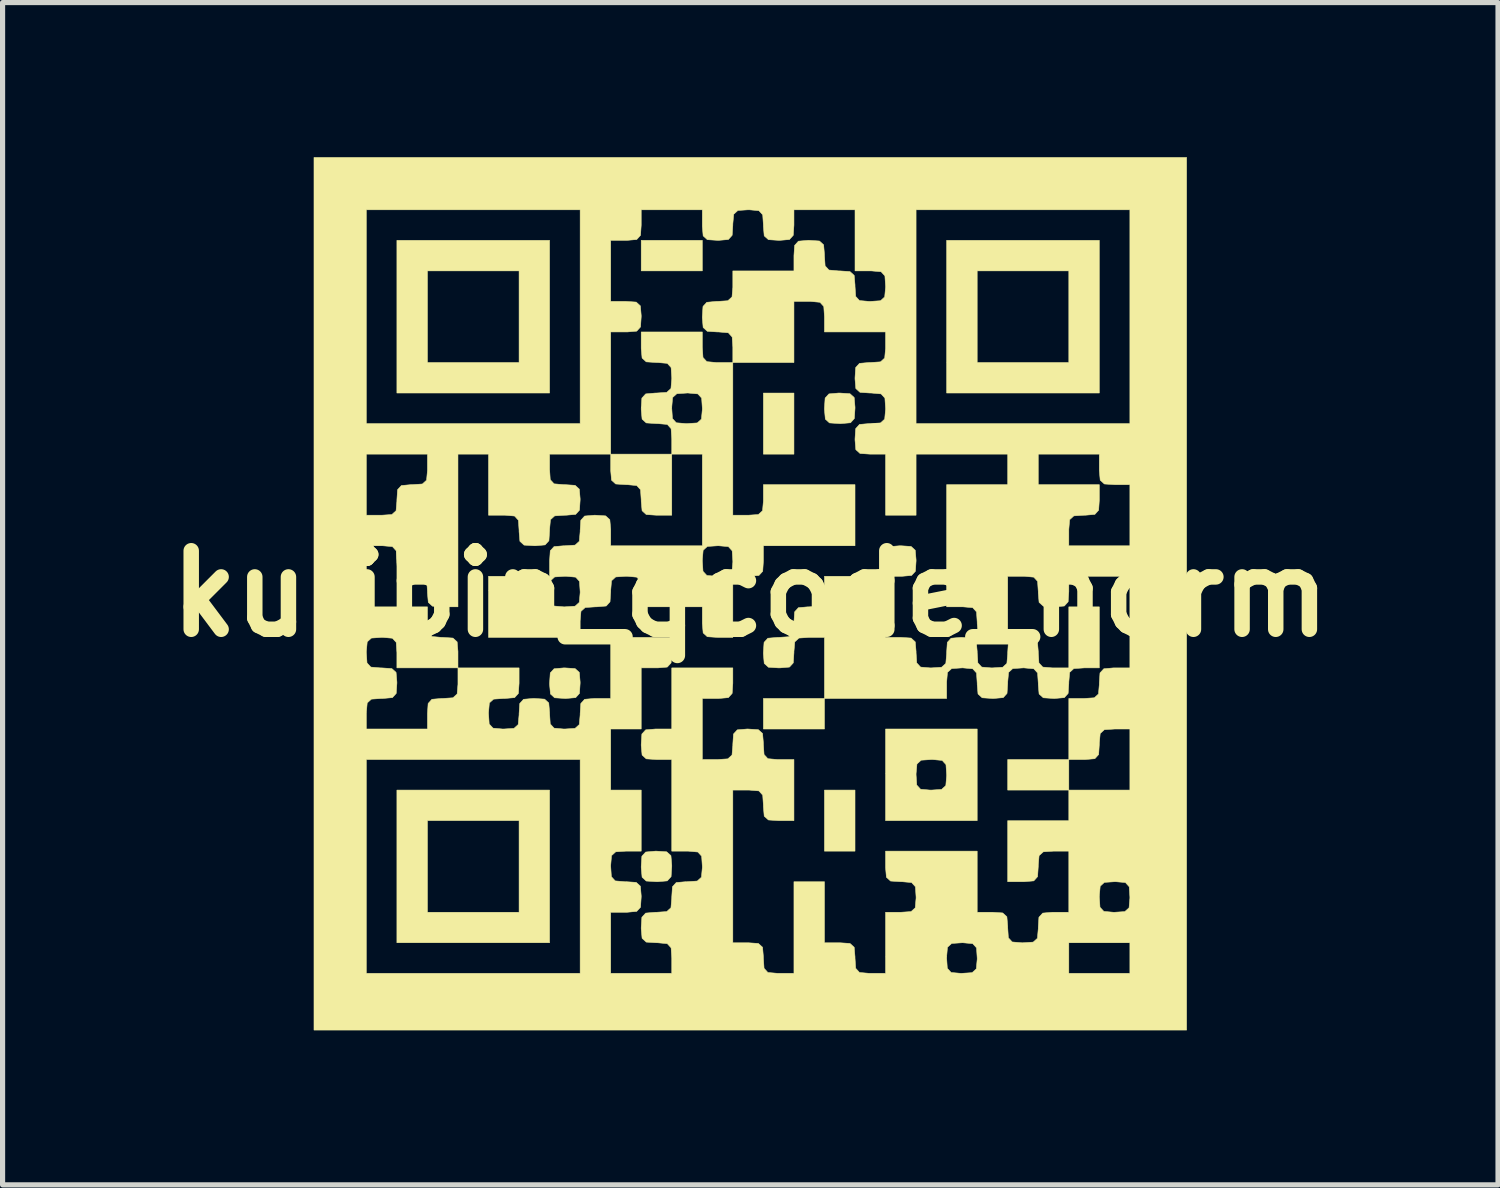
<source format=kicad_pcb>
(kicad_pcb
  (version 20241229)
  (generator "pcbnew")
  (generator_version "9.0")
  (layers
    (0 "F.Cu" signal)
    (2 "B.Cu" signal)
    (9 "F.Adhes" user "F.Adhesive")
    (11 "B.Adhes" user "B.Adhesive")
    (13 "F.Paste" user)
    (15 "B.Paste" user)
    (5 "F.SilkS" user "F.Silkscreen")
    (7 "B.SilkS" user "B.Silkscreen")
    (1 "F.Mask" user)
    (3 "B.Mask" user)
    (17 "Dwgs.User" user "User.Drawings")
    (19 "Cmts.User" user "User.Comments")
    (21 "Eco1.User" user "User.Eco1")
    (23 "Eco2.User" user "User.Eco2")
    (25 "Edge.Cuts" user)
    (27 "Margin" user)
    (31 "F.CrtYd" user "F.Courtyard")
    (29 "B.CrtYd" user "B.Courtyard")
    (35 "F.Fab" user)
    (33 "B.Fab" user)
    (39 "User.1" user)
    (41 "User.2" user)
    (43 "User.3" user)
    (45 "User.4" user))
  (footprint "kulibin_qcode_norm"
    (layer "F.Cu")
    (at 11.51 8.472)
    (property "Reference" "kulibin_qcode_norm" (at 0 0 0) (layer "F.SilkS") (effects (font (size 1.524 1.524) (thickness 0.3))))
    (attr through_hole)
    (fp_poly (pts (xy -0.931 -6.265) (xy -2.117 -6.265) (xy -2.117 -6.858) (xy -0.931 -6.858) (xy -0.931 -6.265)) (stroke (width 0.01) (type solid)) (fill yes) (layer "F.SilkS"))
    (fp_poly (pts (xy 0.847 -2.709) (xy 0.254 -2.709) (xy 0.254 -3.895) (xy 0.847 -3.895) (xy 0.847 -2.709)) (stroke (width 0.01) (type solid)) (fill yes) (layer "F.SilkS"))
    (fp_poly (pts (xy 1.439 2.625) (xy 0.254 2.625) (xy 0.254 2.032) (xy 1.439 2.032) (xy 1.439 2.625)) (stroke (width 0.01) (type solid)) (fill yes) (layer "F.SilkS"))
    (fp_poly (pts (xy 2.032 4.995) (xy 1.439 4.995) (xy 1.439 3.81) (xy 2.032 3.81) (xy 2.032 4.995)) (stroke (width 0.01) (type solid)) (fill yes) (layer "F.SilkS"))
    (fp_poly (pts (xy 6.181 3.81) (xy 4.995 3.81) (xy 4.995 3.217) (xy 6.181 3.217) (xy 6.181 3.81)) (stroke (width 0.01) (type solid)) (fill yes) (layer "F.SilkS"))
    (fp_poly (pts (xy -3.895 -3.895) (xy -6.858 -3.895) (xy -6.858 -6.265) (xy -6.265 -6.265) (xy -6.265 -4.487) (xy -4.487 -4.487) (xy -4.487 -6.265) (xy -6.265 -6.265) (xy -6.858 -6.265) (xy -6.858 -6.858) (xy -3.895 -6.858) (xy -3.895 -3.895)) (stroke (width 0.01) (type solid)) (fill yes) (layer "F.SilkS"))
    (fp_poly (pts (xy -3.895 6.773) (xy -6.858 6.773) (xy -6.858 4.403) (xy -6.265 4.403) (xy -6.265 6.181) (xy -4.487 6.181) (xy -4.487 4.403) (xy -6.265 4.403) (xy -6.858 4.403) (xy -6.858 3.81) (xy -3.895 3.81) (xy -3.895 6.773)) (stroke (width 0.01) (type solid)) (fill yes) (layer "F.SilkS"))
    (fp_poly (pts (xy 6.773 -3.895) (xy 3.81 -3.895) (xy 3.81 -6.265) (xy 4.403 -6.265) (xy 4.403 -4.487) (xy 6.181 -4.487) (xy 6.181 -6.265) (xy 4.403 -6.265) (xy 3.81 -6.265) (xy 3.81 -6.858) (xy 6.773 -6.858) (xy 6.773 -3.895)) (stroke (width 0.01) (type solid)) (fill yes) (layer "F.SilkS"))
    (fp_poly (pts (xy 3.12 -0.918) (xy 3.201 -0.844) (xy 3.217 -0.658) (xy 3.217 -0.635) (xy 3.204 -0.436) (xy 3.13 -0.355) (xy 2.944 -0.339) (xy 2.921 -0.339) (xy 2.625 -0.339) (xy 2.625 -0.635) (xy 2.638 -0.834) (xy 2.712 -0.915) (xy 2.898 -0.931) (xy 2.921 -0.931) (xy 3.12 -0.918)) (stroke (width 0.01) (type solid)) (fill yes) (layer "F.SilkS"))
    (fp_poly (pts (xy -3.4 1.452) (xy -3.318 1.526) (xy -3.302 1.713) (xy -3.302 1.736) (xy -3.315 1.934) (xy -3.389 2.016) (xy -3.576 2.032) (xy -3.598 2.032) (xy -3.797 2.019) (xy -3.878 1.945) (xy -3.895 1.758) (xy -3.895 1.736) (xy -3.882 1.537) (xy -3.808 1.456) (xy -3.621 1.439) (xy -3.598 1.439) (xy -3.4 1.452)) (stroke (width 0.01) (type solid)) (fill yes) (layer "F.SilkS"))
    (fp_poly (pts (xy -1.622 5.008) (xy -1.54 5.082) (xy -1.524 5.269) (xy -1.524 5.292) (xy -1.537 5.49) (xy -1.611 5.572) (xy -1.798 5.588) (xy -1.82 5.588) (xy -2.019 5.575) (xy -2.1 5.501) (xy -2.117 5.314) (xy -2.117 5.292) (xy -2.104 5.093) (xy -2.03 5.012) (xy -1.843 4.995) (xy -1.82 4.995) (xy -1.622 5.008)) (stroke (width 0.01) (type solid)) (fill yes) (layer "F.SilkS"))
    (fp_poly (pts (xy -1.524 -1.524) (xy -1.82 -1.524) (xy -2.019 -1.537) (xy -2.1 -1.611) (xy -2.117 -1.798) (xy -2.117 -1.82) (xy -2.13 -2.019) (xy -2.204 -2.1) (xy -2.39 -2.117) (xy -2.413 -2.117) (xy -2.612 -2.13) (xy -2.693 -2.204) (xy -2.709 -2.39) (xy -2.709 -2.413) (xy -2.709 -2.709) (xy -1.524 -2.709) (xy -1.524 -1.524)) (stroke (width 0.01) (type solid)) (fill yes) (layer "F.SilkS"))
    (fp_poly (pts (xy 1.934 -3.882) (xy 2.016 -3.808) (xy 2.032 -3.621) (xy 2.032 -3.598) (xy 2.019 -3.4) (xy 1.945 -3.318) (xy 1.758 -3.302) (xy 1.736 -3.302) (xy 1.537 -3.315) (xy 1.456 -3.389) (xy 1.439 -3.576) (xy 1.439 -3.598) (xy 1.452 -3.797) (xy 1.526 -3.878) (xy 1.713 -3.895) (xy 1.736 -3.895) (xy 1.934 -3.882)) (stroke (width 0.01) (type solid)) (fill yes) (layer "F.SilkS"))
    (fp_poly (pts (xy 4.403 4.403) (xy 2.625 4.403) (xy 2.625 3.514) (xy 3.217 3.514) (xy 3.23 3.712) (xy 3.304 3.794) (xy 3.491 3.81) (xy 3.514 3.81) (xy 3.712 3.797) (xy 3.794 3.723) (xy 3.81 3.536) (xy 3.81 3.514) (xy 3.797 3.315) (xy 3.723 3.234) (xy 3.536 3.217) (xy 3.514 3.217) (xy 3.315 3.23) (xy 3.234 3.304) (xy 3.217 3.491) (xy 3.217 3.514) (xy 2.625 3.514) (xy 2.625 2.625) (xy 4.403 2.625) (xy 4.403 4.403)) (stroke (width 0.01) (type solid)) (fill yes) (layer "F.SilkS"))
    (fp_poly (pts (xy 2.625 0.847) (xy 2.921 0.847) (xy 3.12 0.86) (xy 3.201 0.934) (xy 3.217 1.12) (xy 3.217 1.143) (xy 3.23 1.342) (xy 3.304 1.423) (xy 3.491 1.439) (xy 3.514 1.439) (xy 3.712 1.426) (xy 3.794 1.352) (xy 3.81 1.166) (xy 3.81 1.143) (xy 3.823 0.944) (xy 3.897 0.863) (xy 4.084 0.847) (xy 4.106 0.847) (xy 4.305 0.86) (xy 4.386 0.934) (xy 4.403 1.12) (xy 4.403 1.143) (xy 4.416 1.342) (xy 4.49 1.423) (xy 4.676 1.439) (xy 4.699 1.439) (xy 4.898 1.426) (xy 4.979 1.352) (xy 4.995 1.166) (xy 4.995 1.143) (xy 5.008 0.944) (xy 5.082 0.863) (xy 5.269 0.847) (xy 5.292 0.847) (xy 5.49 0.86) (xy 5.572 0.934) (xy 5.588 1.12) (xy 5.588 1.143) (xy 5.601 1.342) (xy 5.675 1.423) (xy 5.862 1.439) (xy 5.884 1.439) (xy 6.181 1.439) (xy 6.181 0.254) (xy 6.773 0.254) (xy 6.773 1.439) (xy 6.477 1.439) (xy 6.278 1.452) (xy 6.197 1.526) (xy 6.181 1.713) (xy 6.181 1.736) (xy 6.168 1.934) (xy 6.094 2.016) (xy 5.907 2.032) (xy 5.884 2.032) (xy 5.686 2.019) (xy 5.604 1.945) (xy 5.588 1.758) (xy 5.588 1.736) (xy 5.575 1.537) (xy 5.501 1.456) (xy 5.314 1.439) (xy 5.292 1.439) (xy 5.093 1.452) (xy 5.012 1.526) (xy 4.995 1.713) (xy 4.995 1.736) (xy 4.982 1.934) (xy 4.908 2.016) (xy 4.722 2.032) (xy 4.699 2.032) (xy 4.5 2.019) (xy 4.419 1.945) (xy 4.403 1.758) (xy 4.403 1.736) (xy 4.39 1.537) (xy 4.316 1.456) (xy 4.129 1.439) (xy 4.106 1.439) (xy 3.908 1.452) (xy 3.826 1.526) (xy 3.81 1.713) (xy 3.81 1.736) (xy 3.81 2.032) (xy 1.439 2.032) (xy 1.439 0.847) (xy 1.143 0.847) (xy 0.944 0.86) (xy 0.863 0.934) (xy 0.847 1.12) (xy 0.847 1.143) (xy 0.834 1.342) (xy 0.76 1.423) (xy 0.573 1.439) (xy 0.55 1.439) (xy 0.352 1.426) (xy 0.27 1.352) (xy 0.254 1.166) (xy 0.254 1.143) (xy 0.267 0.944) (xy 0.341 0.863) (xy 0.528 0.847) (xy 0.55 0.847) (xy 0.749 0.834) (xy 0.83 0.76) (xy 0.847 0.573) (xy 0.847 0.55) (xy 0.86 0.352) (xy 0.934 0.27) (xy 1.12 0.254) (xy 1.143 0.254) (xy 1.342 0.241) (xy 1.423 0.167) (xy 1.439 -0.02) (xy 1.439 -0.042) (xy 1.439 -0.339) (xy 2.625 -0.339) (xy 2.625 0.847)) (stroke (width 0.01) (type solid)) (fill yes) (layer "F.SilkS"))
    (fp_poly (pts (xy -1.524 -3.006) (xy -1.537 -3.204) (xy -1.611 -3.286) (xy -1.798 -3.302) (xy -1.82 -3.302) (xy -2.019 -3.315) (xy -2.1 -3.389) (xy -2.117 -3.576) (xy -2.117 -3.598) (xy -1.524 -3.598) (xy -1.511 -3.4) (xy -1.437 -3.318) (xy -1.25 -3.302) (xy -1.228 -3.302) (xy -1.029 -3.315) (xy -0.948 -3.389) (xy -0.931 -3.576) (xy -0.931 -3.598) (xy -0.944 -3.797) (xy -1.018 -3.878) (xy -1.205 -3.895) (xy -1.228 -3.895) (xy -1.426 -3.882) (xy -1.508 -3.808) (xy -1.524 -3.621) (xy -1.524 -3.598) (xy -2.117 -3.598) (xy -2.104 -3.797) (xy -2.03 -3.878) (xy -1.843 -3.895) (xy -1.82 -3.895) (xy -1.622 -3.908) (xy -1.54 -3.982) (xy -1.524 -4.168) (xy -1.524 -4.191) (xy -1.537 -4.39) (xy -1.611 -4.471) (xy -1.798 -4.487) (xy -1.82 -4.487) (xy -2.019 -4.5) (xy -2.1 -4.574) (xy -2.117 -4.761) (xy -2.117 -4.784) (xy -2.117 -5.08) (xy -0.931 -5.08) (xy -0.931 -4.784) (xy -0.918 -4.585) (xy -0.844 -4.504) (xy -0.658 -4.487) (xy -0.635 -4.487) (xy -0.339 -4.487) (xy -0.339 -1.524) (xy -0.042 -1.524) (xy 0.156 -1.537) (xy 0.238 -1.611) (xy 0.254 -1.798) (xy 0.254 -1.82) (xy 0.254 -2.117) (xy 2.032 -2.117) (xy 2.032 -0.931) (xy 0.254 -0.931) (xy 0.254 -0.635) (xy 0.241 -0.436) (xy 0.167 -0.355) (xy -0.02 -0.339) (xy -0.042 -0.339) (xy -0.339 -0.339) (xy -0.339 0.847) (xy -0.635 0.847) (xy -0.834 0.834) (xy -0.915 0.76) (xy -0.931 0.573) (xy -0.931 0.55) (xy -0.931 0.254) (xy -2.117 0.254) (xy -2.117 -0.042) (xy -2.13 -0.241) (xy -2.204 -0.322) (xy -2.39 -0.339) (xy -2.413 -0.339) (xy -2.612 -0.326) (xy -2.693 -0.252) (xy -2.709 -0.065) (xy -2.709 -0.042) (xy -2.722 0.156) (xy -2.796 0.238) (xy -2.983 0.254) (xy -3.006 0.254) (xy -3.204 0.267) (xy -3.286 0.341) (xy -3.302 0.528) (xy -3.302 0.55) (xy -3.302 0.847) (xy -5.08 0.847) (xy -5.08 -0.042) (xy -3.895 -0.042) (xy -3.882 0.156) (xy -3.808 0.238) (xy -3.621 0.254) (xy -3.598 0.254) (xy -3.4 0.241) (xy -3.318 0.167) (xy -3.302 -0.02) (xy -3.302 -0.042) (xy -3.315 -0.241) (xy -3.389 -0.322) (xy -3.576 -0.339) (xy -3.598 -0.339) (xy -3.797 -0.326) (xy -3.878 -0.252) (xy -3.895 -0.065) (xy -3.895 -0.042) (xy -5.08 -0.042) (xy -5.08 -0.339) (xy -3.895 -0.339) (xy -3.895 -0.635) (xy -0.931 -0.635) (xy -0.918 -0.436) (xy -0.844 -0.355) (xy -0.658 -0.339) (xy -0.635 -0.339) (xy -0.436 -0.352) (xy -0.355 -0.426) (xy -0.339 -0.612) (xy -0.339 -0.635) (xy -0.352 -0.834) (xy -0.426 -0.915) (xy -0.612 -0.931) (xy -0.635 -0.931) (xy -0.834 -0.918) (xy -0.915 -0.844) (xy -0.931 -0.658) (xy -0.931 -0.635) (xy -3.895 -0.635) (xy -3.882 -0.834) (xy -3.808 -0.915) (xy -3.621 -0.931) (xy -3.598 -0.931) (xy -3.4 -0.944) (xy -3.318 -1.018) (xy -3.302 -1.205) (xy -3.302 -1.228) (xy -3.289 -1.426) (xy -3.215 -1.508) (xy -3.028 -1.524) (xy -3.006 -1.524) (xy -2.807 -1.511) (xy -2.726 -1.437) (xy -2.709 -1.25) (xy -2.709 -1.228) (xy -2.709 -0.931) (xy -0.931 -0.931) (xy -0.931 -2.709) (xy -1.524 -2.709) (xy -1.524 -3.006)) (stroke (width 0.01) (type solid)) (fill yes) (layer "F.SilkS"))
    (fp_poly (pts (xy 8.467 8.467) (xy -8.467 8.467) (xy -8.467 3.217) (xy -7.451 3.217) (xy -7.451 7.366) (xy -3.302 7.366) (xy -3.302 3.217) (xy -7.451 3.217) (xy -8.467 3.217) (xy -8.467 1.143) (xy -7.451 1.143) (xy -7.438 1.342) (xy -7.364 1.423) (xy -7.177 1.439) (xy -7.154 1.439) (xy -6.956 1.452) (xy -6.874 1.526) (xy -6.858 1.713) (xy -6.858 1.736) (xy -6.871 1.934) (xy -6.945 2.016) (xy -7.132 2.032) (xy -7.154 2.032) (xy -7.353 2.045) (xy -7.434 2.119) (xy -7.451 2.306) (xy -7.451 2.328) (xy -7.451 2.625) (xy -6.265 2.625) (xy -6.265 2.328) (xy -6.252 2.13) (xy -6.178 2.048) (xy -5.992 2.032) (xy -5.969 2.032) (xy -5.77 2.019) (xy -5.689 1.945) (xy -5.673 1.758) (xy -5.673 1.736) (xy -5.673 1.439) (xy -6.858 1.439) (xy -6.858 1.143) (xy -6.871 0.944) (xy -6.945 0.863) (xy -7.132 0.847) (xy -7.154 0.847) (xy -7.353 0.86) (xy -7.434 0.934) (xy -7.451 1.12) (xy -7.451 1.143) (xy -8.467 1.143) (xy -8.467 -0.931) (xy -7.451 -0.931) (xy -7.451 0.254) (xy -6.265 0.254) (xy -6.265 0.55) (xy -6.252 0.749) (xy -6.178 0.83) (xy -5.992 0.847) (xy -5.969 0.847) (xy -5.77 0.86) (xy -5.689 0.934) (xy -5.673 1.12) (xy -5.673 1.143) (xy -5.673 1.439) (xy -4.487 1.439) (xy -4.487 1.736) (xy -4.5 1.934) (xy -4.574 2.016) (xy -4.761 2.032) (xy -4.784 2.032) (xy -4.982 2.045) (xy -5.064 2.119) (xy -5.08 2.306) (xy -5.08 2.328) (xy -5.067 2.527) (xy -4.993 2.608) (xy -4.806 2.625) (xy -4.784 2.625) (xy -4.585 2.612) (xy -4.504 2.538) (xy -4.487 2.351) (xy -4.487 2.328) (xy -4.474 2.13) (xy -4.4 2.048) (xy -4.214 2.032) (xy -4.191 2.032) (xy -3.992 2.045) (xy -3.911 2.119) (xy -3.895 2.306) (xy -3.895 2.328) (xy -3.882 2.527) (xy -3.808 2.608) (xy -3.621 2.625) (xy -3.598 2.625) (xy -3.4 2.612) (xy -3.318 2.538) (xy -3.302 2.351) (xy -3.302 2.328) (xy -3.289 2.13) (xy -3.215 2.048) (xy -3.028 2.032) (xy -3.006 2.032) (xy -2.709 2.032) (xy -2.709 0.847) (xy -1.524 0.847) (xy -1.524 1.143) (xy -1.537 1.342) (xy -1.611 1.423) (xy -1.798 1.439) (xy -1.82 1.439) (xy -2.117 1.439) (xy -2.117 2.625) (xy -2.709 2.625) (xy -2.709 3.81) (xy -2.117 3.81) (xy -2.117 4.995) (xy -2.413 4.995) (xy -2.612 5.008) (xy -2.693 5.082) (xy -2.709 5.269) (xy -2.709 5.292) (xy -2.696 5.49) (xy -2.622 5.572) (xy -2.436 5.588) (xy -2.413 5.588) (xy -2.214 5.601) (xy -2.133 5.675) (xy -2.117 5.862) (xy -2.117 5.884) (xy -2.13 6.083) (xy -2.204 6.164) (xy -2.39 6.181) (xy -2.413 6.181) (xy -2.709 6.181) (xy -2.709 7.366) (xy -1.524 7.366) (xy -1.524 7.07) (xy -1.537 6.871) (xy -1.611 6.79) (xy -1.798 6.773) (xy -1.82 6.773) (xy -2.019 6.76) (xy -2.1 6.686) (xy -2.117 6.5) (xy -2.117 6.477) (xy -2.104 6.278) (xy -2.03 6.197) (xy -1.843 6.181) (xy -1.82 6.181) (xy -1.622 6.168) (xy -1.54 6.094) (xy -1.524 5.907) (xy -1.524 5.884) (xy -1.511 5.686) (xy -1.437 5.604) (xy -1.25 5.588) (xy -1.228 5.588) (xy -1.029 5.575) (xy -0.948 5.501) (xy -0.931 5.314) (xy -0.931 5.292) (xy -0.944 5.093) (xy -1.018 5.012) (xy -1.205 4.995) (xy -1.228 4.995) (xy -1.524 4.995) (xy -1.524 3.217) (xy -1.82 3.217) (xy -2.019 3.204) (xy -2.1 3.13) (xy -2.117 2.944) (xy -2.117 2.921) (xy -2.104 2.722) (xy -2.03 2.641) (xy -1.843 2.625) (xy -1.82 2.625) (xy -1.524 2.625) (xy -1.524 1.439) (xy -0.339 1.439) (xy -0.339 1.736) (xy -0.352 1.934) (xy -0.426 2.016) (xy -0.612 2.032) (xy -0.635 2.032) (xy -0.931 2.032) (xy -0.931 3.217) (xy -0.635 3.217) (xy -0.436 3.204) (xy -0.355 3.13) (xy -0.339 2.944) (xy -0.339 2.921) (xy -0.326 2.722) (xy -0.252 2.641) (xy -0.065 2.625) (xy -0.042 2.625) (xy 0.156 2.638) (xy 0.238 2.712) (xy 0.254 2.898) (xy 0.254 2.921) (xy 0.267 3.12) (xy 0.341 3.201) (xy 0.528 3.217) (xy 0.55 3.217) (xy 0.847 3.217) (xy 0.847 4.403) (xy 0.55 4.403) (xy 0.352 4.39) (xy 0.27 4.316) (xy 0.254 4.129) (xy 0.254 4.106) (xy 0.241 3.908) (xy 0.167 3.826) (xy -0.02 3.81) (xy -0.042 3.81) (xy -0.339 3.81) (xy -0.339 6.773) (xy -0.042 6.773) (xy 0.156 6.786) (xy 0.238 6.86) (xy 0.254 7.047) (xy 0.254 7.07) (xy 0.267 7.268) (xy 0.341 7.35) (xy 0.528 7.366) (xy 0.55 7.366) (xy 0.847 7.366) (xy 0.847 5.588) (xy 1.439 5.588) (xy 1.439 6.773) (xy 1.736 6.773) (xy 1.934 6.786) (xy 2.016 6.86) (xy 2.032 7.047) (xy 2.032 7.07) (xy 2.045 7.268) (xy 2.119 7.35) (xy 2.306 7.366) (xy 2.328 7.366) (xy 2.625 7.366) (xy 2.625 7.07) (xy 3.81 7.07) (xy 3.823 7.268) (xy 3.897 7.35) (xy 4.084 7.366) (xy 4.106 7.366) (xy 4.305 7.353) (xy 4.386 7.279) (xy 4.403 7.092) (xy 4.403 7.07) (xy 4.39 6.871) (xy 4.316 6.79) (xy 4.129 6.773) (xy 4.106 6.773) (xy 3.908 6.786) (xy 3.826 6.86) (xy 3.81 7.047) (xy 3.81 7.07) (xy 2.625 7.07) (xy 2.625 6.181) (xy 2.921 6.181) (xy 3.12 6.168) (xy 3.201 6.094) (xy 3.217 5.907) (xy 3.217 5.884) (xy 3.204 5.686) (xy 3.13 5.604) (xy 2.944 5.588) (xy 2.921 5.588) (xy 2.722 5.575) (xy 2.641 5.501) (xy 2.625 5.314) (xy 2.625 5.292) (xy 2.625 4.995) (xy 4.403 4.995) (xy 4.403 6.181) (xy 4.699 6.181) (xy 4.898 6.194) (xy 4.979 6.268) (xy 4.995 6.454) (xy 4.995 6.477) (xy 5.008 6.676) (xy 5.082 6.757) (xy 5.269 6.773) (xy 5.292 6.773) (xy 6.181 6.773) (xy 6.181 7.366) (xy 7.366 7.366) (xy 7.366 6.773) (xy 6.181 6.773) (xy 5.292 6.773) (xy 5.49 6.76) (xy 5.572 6.686) (xy 5.588 6.5) (xy 5.588 6.477) (xy 5.601 6.278) (xy 5.675 6.197) (xy 5.862 6.181) (xy 5.884 6.181) (xy 6.181 6.181) (xy 6.181 5.884) (xy 6.773 5.884) (xy 6.786 6.083) (xy 6.86 6.164) (xy 7.047 6.181) (xy 7.07 6.181) (xy 7.268 6.168) (xy 7.35 6.094) (xy 7.366 5.907) (xy 7.366 5.884) (xy 7.353 5.686) (xy 7.279 5.604) (xy 7.092 5.588) (xy 7.07 5.588) (xy 6.871 5.601) (xy 6.79 5.675) (xy 6.773 5.862) (xy 6.773 5.884) (xy 6.181 5.884) (xy 6.181 4.995) (xy 5.884 4.995) (xy 5.686 5.008) (xy 5.604 5.082) (xy 5.588 5.269) (xy 5.588 5.292) (xy 5.575 5.49) (xy 5.501 5.572) (xy 5.314 5.588) (xy 5.292 5.588) (xy 4.995 5.588) (xy 4.995 4.403) (xy 6.181 4.403) (xy 6.181 3.81) (xy 7.366 3.81) (xy 7.366 2.625) (xy 7.07 2.625) (xy 6.871 2.638) (xy 6.79 2.712) (xy 6.773 2.898) (xy 6.773 2.921) (xy 6.76 3.12) (xy 6.686 3.201) (xy 6.5 3.217) (xy 6.477 3.217) (xy 6.181 3.217) (xy 6.181 2.032) (xy 6.477 2.032) (xy 6.676 2.019) (xy 6.757 1.945) (xy 6.773 1.758) (xy 6.773 1.736) (xy 6.786 1.537) (xy 6.86 1.456) (xy 7.047 1.439) (xy 7.07 1.439) (xy 7.366 1.439) (xy 7.366 -0.339) (xy 6.181 -0.339) (xy 6.181 -0.042) (xy 6.168 0.156) (xy 6.094 0.238) (xy 5.907 0.254) (xy 5.884 0.254) (xy 5.686 0.241) (xy 5.604 0.167) (xy 5.588 -0.02) (xy 5.588 -0.042) (xy 5.575 -0.241) (xy 5.501 -0.322) (xy 5.314 -0.339) (xy 5.292 -0.339) (xy 4.995 -0.339) (xy 4.995 0.847) (xy 4.699 0.847) (xy 4.5 0.834) (xy 4.419 0.76) (xy 4.403 0.573) (xy 4.403 0.55) (xy 4.39 0.352) (xy 4.316 0.27) (xy 4.129 0.254) (xy 4.106 0.254) (xy 3.81 0.254) (xy 3.81 -2.117) (xy 4.995 -2.117) (xy 4.995 -2.709) (xy 5.588 -2.709) (xy 5.588 -2.117) (xy 6.773 -2.117) (xy 6.773 -1.82) (xy 6.76 -1.622) (xy 6.686 -1.54) (xy 6.5 -1.524) (xy 6.477 -1.524) (xy 6.278 -1.511) (xy 6.197 -1.437) (xy 6.181 -1.25) (xy 6.181 -1.228) (xy 6.181 -0.931) (xy 7.366 -0.931) (xy 7.366 -2.117) (xy 7.07 -2.117) (xy 6.871 -2.13) (xy 6.79 -2.204) (xy 6.773 -2.39) (xy 6.773 -2.413) (xy 6.773 -2.709) (xy 5.588 -2.709) (xy 4.995 -2.709) (xy 3.217 -2.709) (xy 3.217 -1.524) (xy 2.625 -1.524) (xy 2.625 -2.709) (xy 2.328 -2.709) (xy 2.13 -2.722) (xy 2.048 -2.796) (xy 2.032 -2.983) (xy 2.032 -3.006) (xy 2.045 -3.204) (xy 2.119 -3.286) (xy 2.306 -3.302) (xy 2.328 -3.302) (xy 2.527 -3.315) (xy 2.608 -3.389) (xy 2.625 -3.576) (xy 2.625 -3.598) (xy 2.612 -3.797) (xy 2.538 -3.878) (xy 2.351 -3.895) (xy 2.328 -3.895) (xy 2.13 -3.908) (xy 2.048 -3.982) (xy 2.032 -4.168) (xy 2.032 -4.191) (xy 2.045 -4.39) (xy 2.119 -4.471) (xy 2.306 -4.487) (xy 2.328 -4.487) (xy 2.527 -4.5) (xy 2.608 -4.574) (xy 2.625 -4.761) (xy 2.625 -4.784) (xy 2.625 -5.08) (xy 1.439 -5.08) (xy 1.439 -5.376) (xy 1.426 -5.575) (xy 1.352 -5.656) (xy 1.166 -5.673) (xy 1.143 -5.673) (xy 0.847 -5.673) (xy 0.847 -4.487) (xy -0.339 -4.487) (xy -0.339 -4.784) (xy -0.352 -4.982) (xy -0.426 -5.064) (xy -0.612 -5.08) (xy -0.635 -5.08) (xy -0.834 -5.093) (xy -0.915 -5.167) (xy -0.931 -5.354) (xy -0.931 -5.376) (xy -0.918 -5.575) (xy -0.844 -5.656) (xy -0.658 -5.673) (xy -0.635 -5.673) (xy -0.436 -5.686) (xy -0.355 -5.76) (xy -0.339 -5.946) (xy -0.339 -5.969) (xy -0.339 -6.265) (xy 0.847 -6.265) (xy 0.847 -6.562) (xy 0.86 -6.76) (xy 0.934 -6.842) (xy 1.12 -6.858) (xy 1.143 -6.858) (xy 1.342 -6.845) (xy 1.423 -6.771) (xy 1.439 -6.584) (xy 1.439 -6.562) (xy 1.452 -6.363) (xy 1.526 -6.282) (xy 1.713 -6.265) (xy 1.736 -6.265) (xy 1.934 -6.252) (xy 2.016 -6.178) (xy 2.032 -5.992) (xy 2.032 -5.969) (xy 2.045 -5.77) (xy 2.119 -5.689) (xy 2.306 -5.673) (xy 2.328 -5.673) (xy 2.527 -5.686) (xy 2.608 -5.76) (xy 2.625 -5.946) (xy 2.625 -5.969) (xy 2.612 -6.168) (xy 2.538 -6.249) (xy 2.351 -6.265) (xy 2.328 -6.265) (xy 2.032 -6.265) (xy 2.032 -7.451) (xy 3.217 -7.451) (xy 3.217 -3.302) (xy 7.366 -3.302) (xy 7.366 -7.451) (xy 3.217 -7.451) (xy 2.032 -7.451) (xy 0.847 -7.451) (xy 0.847 -7.154) (xy 0.834 -6.956) (xy 0.76 -6.874) (xy 0.573 -6.858) (xy 0.55 -6.858) (xy 0.352 -6.871) (xy 0.27 -6.945) (xy 0.254 -7.132) (xy 0.254 -7.154) (xy 0.241 -7.353) (xy 0.167 -7.434) (xy -0.02 -7.451) (xy -0.042 -7.451) (xy -0.241 -7.438) (xy -0.322 -7.364) (xy -0.339 -7.177) (xy -0.339 -7.154) (xy -0.352 -6.956) (xy -0.426 -6.874) (xy -0.612 -6.858) (xy -0.635 -6.858) (xy -0.834 -6.871) (xy -0.915 -6.945) (xy -0.931 -7.132) (xy -0.931 -7.154) (xy -0.931 -7.451) (xy -2.117 -7.451) (xy -2.117 -7.154) (xy -2.13 -6.956) (xy -2.204 -6.874) (xy -2.39 -6.858) (xy -2.413 -6.858) (xy -2.709 -6.858) (xy -2.709 -5.673) (xy -2.413 -5.673) (xy -2.214 -5.66) (xy -2.133 -5.586) (xy -2.117 -5.399) (xy -2.117 -5.376) (xy -2.13 -5.178) (xy -2.204 -5.096) (xy -2.39 -5.08) (xy -2.413 -5.08) (xy -2.709 -5.08) (xy -2.709 -2.709) (xy -3.895 -2.709) (xy -3.895 -2.413) (xy -3.882 -2.214) (xy -3.808 -2.133) (xy -3.621 -2.117) (xy -3.598 -2.117) (xy -3.4 -2.104) (xy -3.318 -2.03) (xy -3.302 -1.843) (xy -3.302 -1.82) (xy -3.315 -1.622) (xy -3.389 -1.54) (xy -3.576 -1.524) (xy -3.598 -1.524) (xy -3.797 -1.511) (xy -3.878 -1.437) (xy -3.895 -1.25) (xy -3.895 -1.228) (xy -3.908 -1.029) (xy -3.982 -0.948) (xy -4.168 -0.931) (xy -4.191 -0.931) (xy -4.39 -0.944) (xy -4.471 -1.018) (xy -4.487 -1.205) (xy -4.487 -1.228) (xy -4.5 -1.426) (xy -4.574 -1.508) (xy -4.761 -1.524) (xy -4.784 -1.524) (xy -5.08 -1.524) (xy -5.08 -2.709) (xy -5.673 -2.709) (xy -5.673 0.254) (xy -5.969 0.254) (xy -6.168 0.241) (xy -6.249 0.167) (xy -6.265 -0.02) (xy -6.265 -0.042) (xy -6.278 -0.241) (xy -6.352 -0.322) (xy -6.539 -0.339) (xy -6.562 -0.339) (xy -6.76 -0.352) (xy -6.842 -0.426) (xy -6.858 -0.612) (xy -6.858 -0.635) (xy -6.871 -0.834) (xy -6.945 -0.915) (xy -7.132 -0.931) (xy -7.154 -0.931) (xy -7.451 -0.931) (xy -8.467 -0.931) (xy -8.467 -2.709) (xy -7.451 -2.709) (xy -7.451 -1.524) (xy -7.154 -1.524) (xy -6.956 -1.537) (xy -6.874 -1.611) (xy -6.858 -1.798) (xy -6.858 -1.82) (xy -6.845 -2.019) (xy -6.771 -2.1) (xy -6.584 -2.117) (xy -6.562 -2.117) (xy -6.363 -2.13) (xy -6.282 -2.204) (xy -6.265 -2.39) (xy -6.265 -2.413) (xy -6.265 -2.709) (xy -7.451 -2.709) (xy -8.467 -2.709) (xy -8.467 -7.451) (xy -7.451 -7.451) (xy -7.451 -3.302) (xy -3.302 -3.302) (xy -3.302 -7.451) (xy -7.451 -7.451) (xy -8.467 -7.451) (xy -8.467 -8.467) (xy 8.467 -8.467) (xy 8.467 8.467)) (stroke (width 0.01) (type solid)) (fill yes) (layer "F.SilkS")))
  (gr_rect
    (start -3 -3)
    (end 26.02 19.943)
    (stroke (width 0.1) (type default))
    (fill no)
    (layer "Edge.Cuts")))
</source>
